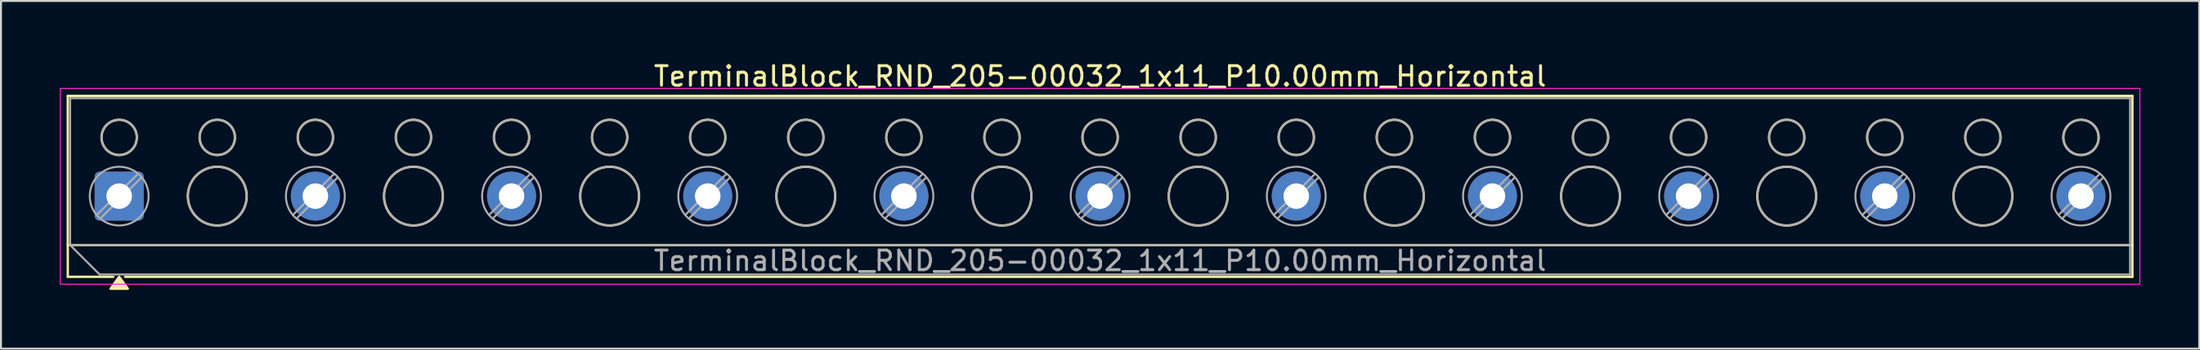
<source format=kicad_pcb>
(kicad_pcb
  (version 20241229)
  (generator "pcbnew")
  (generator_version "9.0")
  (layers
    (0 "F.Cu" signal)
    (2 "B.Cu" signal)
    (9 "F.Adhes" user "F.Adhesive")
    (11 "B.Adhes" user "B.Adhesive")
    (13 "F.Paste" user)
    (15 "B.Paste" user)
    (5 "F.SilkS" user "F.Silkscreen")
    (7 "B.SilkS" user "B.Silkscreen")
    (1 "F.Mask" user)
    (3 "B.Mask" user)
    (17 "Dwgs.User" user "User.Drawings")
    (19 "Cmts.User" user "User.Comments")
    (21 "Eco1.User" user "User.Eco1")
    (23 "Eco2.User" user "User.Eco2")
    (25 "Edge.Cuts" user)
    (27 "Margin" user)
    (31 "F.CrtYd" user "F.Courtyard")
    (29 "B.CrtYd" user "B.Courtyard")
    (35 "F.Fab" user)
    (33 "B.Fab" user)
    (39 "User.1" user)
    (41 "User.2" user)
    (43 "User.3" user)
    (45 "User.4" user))
  (footprint "TerminalBlock_RND_205-00032_1x11_P10.00mm_Horizontal"
    (layer "F.Cu")
    (at 3.025 6.968)
    (property "Reference" "TerminalBlock_RND_205-00032_1x11_P10.00mm_Horizontal" (at 50 -6.12 0) (layer "F.SilkS") (effects (font (size 1 1) (thickness 0.15))))
    (attr through_hole)
    (fp_line (start -2.62 -5.12) (end 102.62 -5.12) (stroke (width 0.12) (type solid)) (layer "F.SilkS"))
    (fp_line (start -2.62 2.5) (end 102.62 2.5) (stroke (width 0.12) (type solid)) (layer "F.SilkS"))
    (fp_line (start -2.62 4.12) (end -2.62 -5.12) (stroke (width 0.12) (type solid)) (layer "F.SilkS"))
    (fp_line (start -0.3 4.12) (end -2.62 4.12) (stroke (width 0.12) (type solid)) (layer "F.SilkS"))
    (fp_line (start 102.62 -5.12) (end 102.62 4.12) (stroke (width 0.12) (type solid)) (layer "F.SilkS"))
    (fp_line (start 102.62 4.12) (end 0.3 4.12) (stroke (width 0.12) (type solid)) (layer "F.SilkS"))
    (fp_circle (center 0 -3) (end 0.9 -3) (stroke (width 0.12) (type solid)) (fill no) (layer "F.SilkS"))
    (fp_circle (center 5 -3) (end 5.9 -3) (stroke (width 0.12) (type solid)) (fill no) (layer "F.SilkS"))
    (fp_circle (center 5 0) (end 6.5 0) (stroke (width 0.12) (type solid)) (fill no) (layer "F.SilkS"))
    (fp_circle (center 10 -3) (end 10.9 -3) (stroke (width 0.12) (type solid)) (fill no) (layer "F.SilkS"))
    (fp_circle (center 15 -3) (end 15.9 -3) (stroke (width 0.12) (type solid)) (fill no) (layer "F.SilkS"))
    (fp_circle (center 15 0) (end 16.5 0) (stroke (width 0.12) (type solid)) (fill no) (layer "F.SilkS"))
    (fp_circle (center 20 -3) (end 20.9 -3) (stroke (width 0.12) (type solid)) (fill no) (layer "F.SilkS"))
    (fp_circle (center 25 -3) (end 25.9 -3) (stroke (width 0.12) (type solid)) (fill no) (layer "F.SilkS"))
    (fp_circle (center 25 0) (end 26.5 0) (stroke (width 0.12) (type solid)) (fill no) (layer "F.SilkS"))
    (fp_circle (center 30 -3) (end 30.9 -3) (stroke (width 0.12) (type solid)) (fill no) (layer "F.SilkS"))
    (fp_circle (center 35 -3) (end 35.9 -3) (stroke (width 0.12) (type solid)) (fill no) (layer "F.SilkS"))
    (fp_circle (center 35 0) (end 36.5 0) (stroke (width 0.12) (type solid)) (fill no) (layer "F.SilkS"))
    (fp_circle (center 40 -3) (end 40.9 -3) (stroke (width 0.12) (type solid)) (fill no) (layer "F.SilkS"))
    (fp_circle (center 45 -3) (end 45.9 -3) (stroke (width 0.12) (type solid)) (fill no) (layer "F.SilkS"))
    (fp_circle (center 45 0) (end 46.5 0) (stroke (width 0.12) (type solid)) (fill no) (layer "F.SilkS"))
    (fp_circle (center 50 -3) (end 50.9 -3) (stroke (width 0.12) (type solid)) (fill no) (layer "F.SilkS"))
    (fp_circle (center 55 -3) (end 55.9 -3) (stroke (width 0.12) (type solid)) (fill no) (layer "F.SilkS"))
    (fp_circle (center 55 0) (end 56.5 0) (stroke (width 0.12) (type solid)) (fill no) (layer "F.SilkS"))
    (fp_circle (center 60 -3) (end 60.9 -3) (stroke (width 0.12) (type solid)) (fill no) (layer "F.SilkS"))
    (fp_circle (center 65 -3) (end 65.9 -3) (stroke (width 0.12) (type solid)) (fill no) (layer "F.SilkS"))
    (fp_circle (center 65 0) (end 66.5 0) (stroke (width 0.12) (type solid)) (fill no) (layer "F.SilkS"))
    (fp_circle (center 70 -3) (end 70.9 -3) (stroke (width 0.12) (type solid)) (fill no) (layer "F.SilkS"))
    (fp_circle (center 75 -3) (end 75.9 -3) (stroke (width 0.12) (type solid)) (fill no) (layer "F.SilkS"))
    (fp_circle (center 75 0) (end 76.5 0) (stroke (width 0.12) (type solid)) (fill no) (layer "F.SilkS"))
    (fp_circle (center 80 -3) (end 80.9 -3) (stroke (width 0.12) (type solid)) (fill no) (layer "F.SilkS"))
    (fp_circle (center 85 -3) (end 85.9 -3) (stroke (width 0.12) (type solid)) (fill no) (layer "F.SilkS"))
    (fp_circle (center 85 0) (end 86.5 0) (stroke (width 0.12) (type solid)) (fill no) (layer "F.SilkS"))
    (fp_circle (center 90 -3) (end 90.9 -3) (stroke (width 0.12) (type solid)) (fill no) (layer "F.SilkS"))
    (fp_circle (center 95 -3) (end 95.9 -3) (stroke (width 0.12) (type solid)) (fill no) (layer "F.SilkS"))
    (fp_circle (center 95 0) (end 96.5 0) (stroke (width 0.12) (type solid)) (fill no) (layer "F.SilkS"))
    (fp_circle (center 100 -3) (end 100.9 -3) (stroke (width 0.12) (type solid)) (fill no) (layer "F.SilkS"))
    (fp_poly (pts (xy 0 4.12) (xy 0.44 4.73) (xy -0.44 4.73)) (stroke (width 0.12) (type solid)) (fill yes) (layer "F.SilkS"))
    (fp_line (start -3 -5.5) (end -3 4.5) (stroke (width 0.05) (type solid)) (layer "F.CrtYd"))
    (fp_line (start -3 4.5) (end 103 4.5) (stroke (width 0.05) (type solid)) (layer "F.CrtYd"))
    (fp_line (start 103 -5.5) (end -3 -5.5) (stroke (width 0.05) (type solid)) (layer "F.CrtYd"))
    (fp_line (start 103 4.5) (end 103 -5.5) (stroke (width 0.05) (type solid)) (layer "F.CrtYd"))
    (fp_line (start -2.5 -5) (end 102.5 -5) (stroke (width 0.1) (type solid)) (layer "F.Fab"))
    (fp_line (start -2.5 2.5) (end -2.5 -5) (stroke (width 0.1) (type solid)) (layer "F.Fab"))
    (fp_line (start -2.5 2.5) (end 102.5 2.5) (stroke (width 0.1) (type solid)) (layer "F.Fab"))
    (fp_line (start -1 4) (end -2.5 2.5) (stroke (width 0.1) (type solid)) (layer "F.Fab"))
    (fp_line (start 0.955 -1.138) (end -1.138 0.955) (stroke (width 0.1) (type solid)) (layer "F.Fab"))
    (fp_line (start 1.138 -0.955) (end -0.955 1.138) (stroke (width 0.1) (type solid)) (layer "F.Fab"))
    (fp_line (start 10.955 -1.138) (end 8.862 0.955) (stroke (width 0.1) (type solid)) (layer "F.Fab"))
    (fp_line (start 11.138 -0.955) (end 9.045 1.138) (stroke (width 0.1) (type solid)) (layer "F.Fab"))
    (fp_line (start 20.955 -1.138) (end 18.862 0.955) (stroke (width 0.1) (type solid)) (layer "F.Fab"))
    (fp_line (start 21.138 -0.955) (end 19.045 1.138) (stroke (width 0.1) (type solid)) (layer "F.Fab"))
    (fp_line (start 30.955 -1.138) (end 28.862 0.955) (stroke (width 0.1) (type solid)) (layer "F.Fab"))
    (fp_line (start 31.138 -0.955) (end 29.045 1.138) (stroke (width 0.1) (type solid)) (layer "F.Fab"))
    (fp_line (start 40.955 -1.138) (end 38.862 0.955) (stroke (width 0.1) (type solid)) (layer "F.Fab"))
    (fp_line (start 41.138 -0.955) (end 39.045 1.138) (stroke (width 0.1) (type solid)) (layer "F.Fab"))
    (fp_line (start 50.955 -1.138) (end 48.862 0.955) (stroke (width 0.1) (type solid)) (layer "F.Fab"))
    (fp_line (start 51.138 -0.955) (end 49.045 1.138) (stroke (width 0.1) (type solid)) (layer "F.Fab"))
    (fp_line (start 60.955 -1.138) (end 58.862 0.955) (stroke (width 0.1) (type solid)) (layer "F.Fab"))
    (fp_line (start 61.138 -0.955) (end 59.045 1.138) (stroke (width 0.1) (type solid)) (layer "F.Fab"))
    (fp_line (start 70.955 -1.138) (end 68.862 0.955) (stroke (width 0.1) (type solid)) (layer "F.Fab"))
    (fp_line (start 71.138 -0.955) (end 69.045 1.138) (stroke (width 0.1) (type solid)) (layer "F.Fab"))
    (fp_line (start 80.955 -1.138) (end 78.862 0.955) (stroke (width 0.1) (type solid)) (layer "F.Fab"))
    (fp_line (start 81.138 -0.955) (end 79.045 1.138) (stroke (width 0.1) (type solid)) (layer "F.Fab"))
    (fp_line (start 90.955 -1.138) (end 88.862 0.955) (stroke (width 0.1) (type solid)) (layer "F.Fab"))
    (fp_line (start 91.138 -0.955) (end 89.045 1.138) (stroke (width 0.1) (type solid)) (layer "F.Fab"))
    (fp_line (start 100.955 -1.138) (end 98.862 0.955) (stroke (width 0.1) (type solid)) (layer "F.Fab"))
    (fp_line (start 101.138 -0.955) (end 99.045 1.138) (stroke (width 0.1) (type solid)) (layer "F.Fab"))
    (fp_line (start 102.5 -5) (end 102.5 4) (stroke (width 0.1) (type solid)) (layer "F.Fab"))
    (fp_line (start 102.5 4) (end -1 4) (stroke (width 0.1) (type solid)) (layer "F.Fab"))
    (fp_circle (center 0 -3) (end 0.9 -3) (stroke (width 0.1) (type solid)) (fill no) (layer "F.Fab"))
    (fp_circle (center 0 0) (end 1.5 0) (stroke (width 0.1) (type solid)) (fill no) (layer "F.Fab"))
    (fp_circle (center 5 -3) (end 5.9 -3) (stroke (width 0.1) (type solid)) (fill no) (layer "F.Fab"))
    (fp_circle (center 5 0) (end 6.5 0) (stroke (width 0.1) (type solid)) (fill no) (layer "F.Fab"))
    (fp_circle (center 10 -3) (end 10.9 -3) (stroke (width 0.1) (type solid)) (fill no) (layer "F.Fab"))
    (fp_circle (center 10 0) (end 11.5 0) (stroke (width 0.1) (type solid)) (fill no) (layer "F.Fab"))
    (fp_circle (center 15 -3) (end 15.9 -3) (stroke (width 0.1) (type solid)) (fill no) (layer "F.Fab"))
    (fp_circle (center 15 0) (end 16.5 0) (stroke (width 0.1) (type solid)) (fill no) (layer "F.Fab"))
    (fp_circle (center 20 -3) (end 20.9 -3) (stroke (width 0.1) (type solid)) (fill no) (layer "F.Fab"))
    (fp_circle (center 20 0) (end 21.5 0) (stroke (width 0.1) (type solid)) (fill no) (layer "F.Fab"))
    (fp_circle (center 25 -3) (end 25.9 -3) (stroke (width 0.1) (type solid)) (fill no) (layer "F.Fab"))
    (fp_circle (center 25 0) (end 26.5 0) (stroke (width 0.1) (type solid)) (fill no) (layer "F.Fab"))
    (fp_circle (center 30 -3) (end 30.9 -3) (stroke (width 0.1) (type solid)) (fill no) (layer "F.Fab"))
    (fp_circle (center 30 0) (end 31.5 0) (stroke (width 0.1) (type solid)) (fill no) (layer "F.Fab"))
    (fp_circle (center 35 -3) (end 35.9 -3) (stroke (width 0.1) (type solid)) (fill no) (layer "F.Fab"))
    (fp_circle (center 35 0) (end 36.5 0) (stroke (width 0.1) (type solid)) (fill no) (layer "F.Fab"))
    (fp_circle (center 40 -3) (end 40.9 -3) (stroke (width 0.1) (type solid)) (fill no) (layer "F.Fab"))
    (fp_circle (center 40 0) (end 41.5 0) (stroke (width 0.1) (type solid)) (fill no) (layer "F.Fab"))
    (fp_circle (center 45 -3) (end 45.9 -3) (stroke (width 0.1) (type solid)) (fill no) (layer "F.Fab"))
    (fp_circle (center 45 0) (end 46.5 0) (stroke (width 0.1) (type solid)) (fill no) (layer "F.Fab"))
    (fp_circle (center 50 -3) (end 50.9 -3) (stroke (width 0.1) (type solid)) (fill no) (layer "F.Fab"))
    (fp_circle (center 50 0) (end 51.5 0) (stroke (width 0.1) (type solid)) (fill no) (layer "F.Fab"))
    (fp_circle (center 55 -3) (end 55.9 -3) (stroke (width 0.1) (type solid)) (fill no) (layer "F.Fab"))
    (fp_circle (center 55 0) (end 56.5 0) (stroke (width 0.1) (type solid)) (fill no) (layer "F.Fab"))
    (fp_circle (center 60 -3) (end 60.9 -3) (stroke (width 0.1) (type solid)) (fill no) (layer "F.Fab"))
    (fp_circle (center 60 0) (end 61.5 0) (stroke (width 0.1) (type solid)) (fill no) (layer "F.Fab"))
    (fp_circle (center 65 -3) (end 65.9 -3) (stroke (width 0.1) (type solid)) (fill no) (layer "F.Fab"))
    (fp_circle (center 65 0) (end 66.5 0) (stroke (width 0.1) (type solid)) (fill no) (layer "F.Fab"))
    (fp_circle (center 70 -3) (end 70.9 -3) (stroke (width 0.1) (type solid)) (fill no) (layer "F.Fab"))
    (fp_circle (center 70 0) (end 71.5 0) (stroke (width 0.1) (type solid)) (fill no) (layer "F.Fab"))
    (fp_circle (center 75 -3) (end 75.9 -3) (stroke (width 0.1) (type solid)) (fill no) (layer "F.Fab"))
    (fp_circle (center 75 0) (end 76.5 0) (stroke (width 0.1) (type solid)) (fill no) (layer "F.Fab"))
    (fp_circle (center 80 -3) (end 80.9 -3) (stroke (width 0.1) (type solid)) (fill no) (layer "F.Fab"))
    (fp_circle (center 80 0) (end 81.5 0) (stroke (width 0.1) (type solid)) (fill no) (layer "F.Fab"))
    (fp_circle (center 85 -3) (end 85.9 -3) (stroke (width 0.1) (type solid)) (fill no) (layer "F.Fab"))
    (fp_circle (center 85 0) (end 86.5 0) (stroke (width 0.1) (type solid)) (fill no) (layer "F.Fab"))
    (fp_circle (center 90 -3) (end 90.9 -3) (stroke (width 0.1) (type solid)) (fill no) (layer "F.Fab"))
    (fp_circle (center 90 0) (end 91.5 0) (stroke (width 0.1) (type solid)) (fill no) (layer "F.Fab"))
    (fp_circle (center 95 -3) (end 95.9 -3) (stroke (width 0.1) (type solid)) (fill no) (layer "F.Fab"))
    (fp_circle (center 95 0) (end 96.5 0) (stroke (width 0.1) (type solid)) (fill no) (layer "F.Fab"))
    (fp_circle (center 100 -3) (end 100.9 -3) (stroke (width 0.1) (type solid)) (fill no) (layer "F.Fab"))
    (fp_circle (center 100 0) (end 101.5 0) (stroke (width 0.1) (type solid)) (fill no) (layer "F.Fab"))
    (fp_text user "${REFERENCE}" (at 50 3.3 0) (layer "F.Fab") (effects (font (size 1 1) (thickness 0.15))))
    (pad "1" thru_hole roundrect (at 0 0) (size 2.5 2.5) (drill 1.3) (layers "*.Cu" "*.Mask") (roundrect_rratio 0.1))
    (pad "2" thru_hole circle (at 10 0) (size 2.5 2.5) (drill 1.3) (layers "*.Cu" "*.Mask"))
    (pad "3" thru_hole circle (at 20 0) (size 2.5 2.5) (drill 1.3) (layers "*.Cu" "*.Mask"))
    (pad "4" thru_hole circle (at 30 0) (size 2.5 2.5) (drill 1.3) (layers "*.Cu" "*.Mask"))
    (pad "5" thru_hole circle (at 40 0) (size 2.5 2.5) (drill 1.3) (layers "*.Cu" "*.Mask"))
    (pad "6" thru_hole circle (at 50 0) (size 2.5 2.5) (drill 1.3) (layers "*.Cu" "*.Mask"))
    (pad "7" thru_hole circle (at 60 0) (size 2.5 2.5) (drill 1.3) (layers "*.Cu" "*.Mask"))
    (pad "8" thru_hole circle (at 70 0) (size 2.5 2.5) (drill 1.3) (layers "*.Cu" "*.Mask"))
    (pad "9" thru_hole circle (at 80 0) (size 2.5 2.5) (drill 1.3) (layers "*.Cu" "*.Mask"))
    (pad "10" thru_hole circle (at 90 0) (size 2.5 2.5) (drill 1.3) (layers "*.Cu" "*.Mask"))
    (pad "11" thru_hole circle (at 100 0) (size 2.5 2.5) (drill 1.3) (layers "*.Cu" "*.Mask")))
  (gr_rect
    (start -3 -3)
    (end 109.05 14.758)
    (stroke (width 0.1) (type default))
    (fill no)
    (layer "Edge.Cuts")))
</source>
